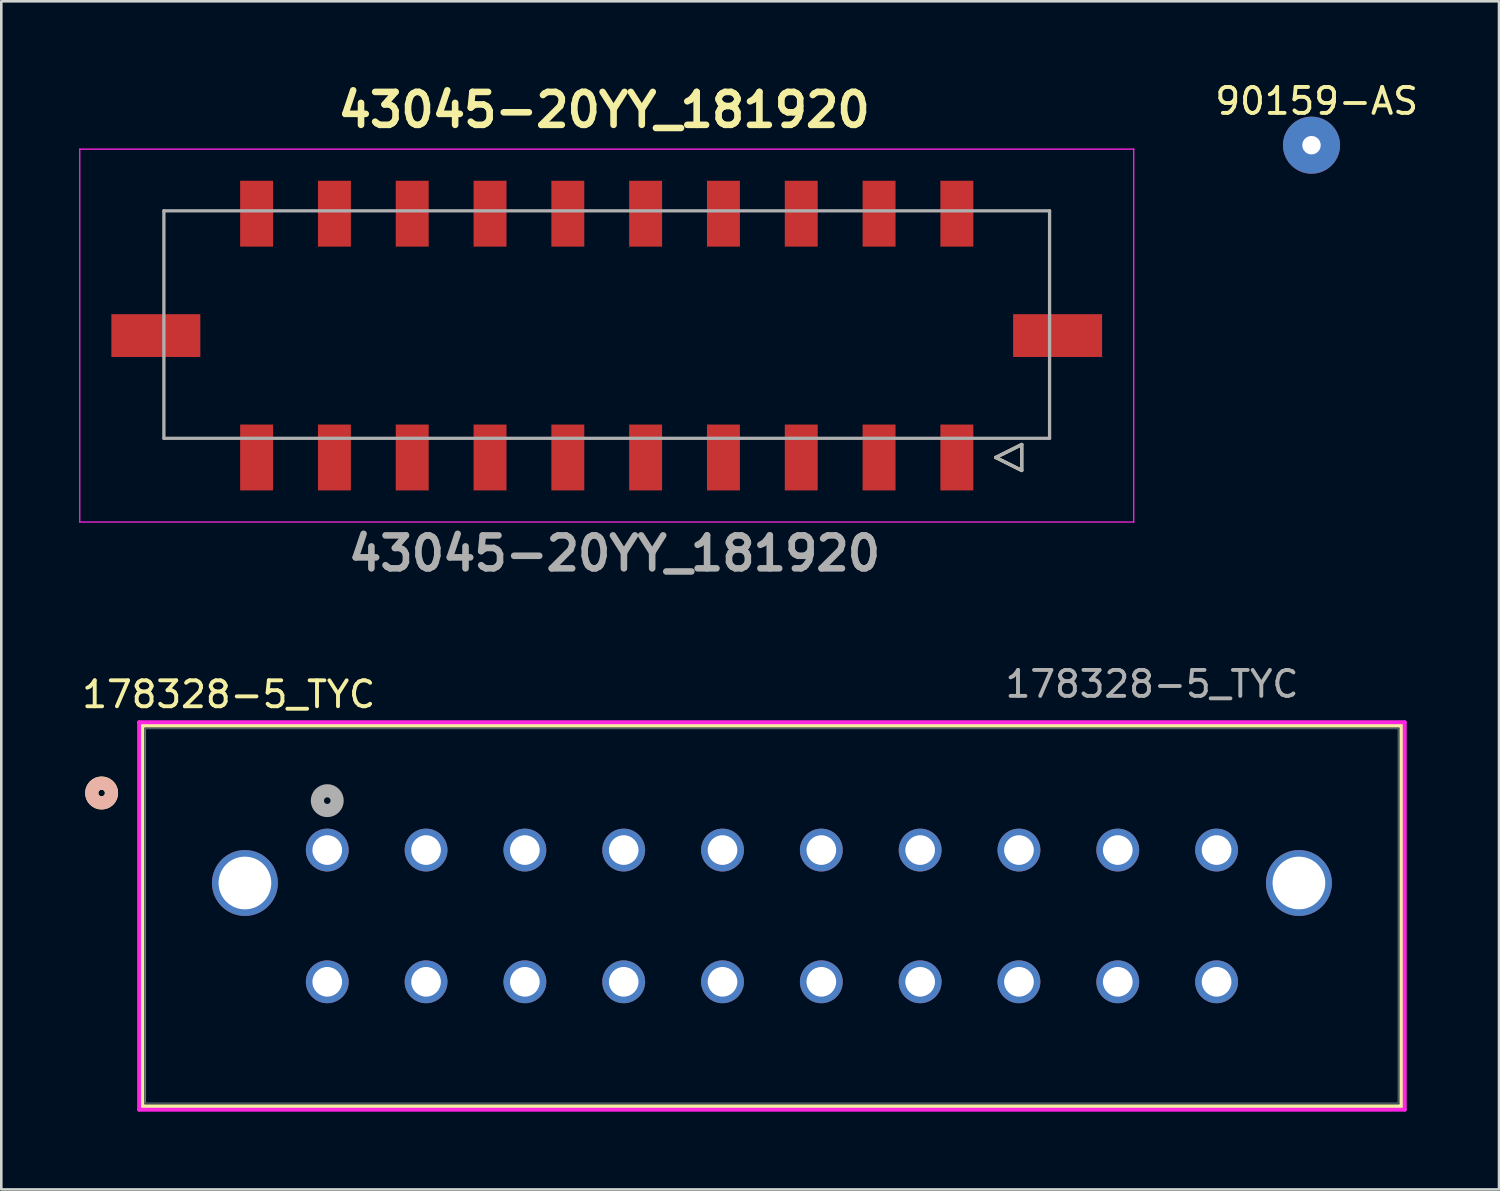
<source format=kicad_pcb>
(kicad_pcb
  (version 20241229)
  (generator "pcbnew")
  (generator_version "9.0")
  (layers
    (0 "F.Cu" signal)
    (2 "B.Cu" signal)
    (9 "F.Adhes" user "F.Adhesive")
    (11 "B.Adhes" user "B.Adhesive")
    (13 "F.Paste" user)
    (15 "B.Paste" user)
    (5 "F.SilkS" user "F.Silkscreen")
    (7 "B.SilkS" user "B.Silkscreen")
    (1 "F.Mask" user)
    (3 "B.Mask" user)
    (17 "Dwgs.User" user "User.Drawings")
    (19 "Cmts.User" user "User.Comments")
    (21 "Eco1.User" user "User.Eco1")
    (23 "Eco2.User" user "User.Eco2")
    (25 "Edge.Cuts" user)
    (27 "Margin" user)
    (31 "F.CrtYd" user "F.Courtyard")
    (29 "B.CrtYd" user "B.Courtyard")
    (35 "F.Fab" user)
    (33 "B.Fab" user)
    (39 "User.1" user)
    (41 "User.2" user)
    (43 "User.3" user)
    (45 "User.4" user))
  (footprint "43045-20YY_181920"
    (layer "F.Cu")
    (at 20.344 9.889)
    (property "Reference" "43045-20YY_181920" (at -0.1 -8.7 0) (layer "F.SilkS") (effects (font (size 1.27 1.27) (thickness 0.254))))
    (attr smd)
    (fp_line (start 15 4.7) (end 16 4.2) (stroke (width 0.127) (type solid)) (layer "F.SilkS"))
    (fp_line (start 16 4.2) (end 16 5.2) (stroke (width 0.127) (type solid)) (layer "F.SilkS"))
    (fp_line (start 16 5.2) (end 15 4.7) (stroke (width 0.127) (type solid)) (layer "F.SilkS"))
    (fp_line (start -20.319 -7.189) (end 20.319 -7.189) (stroke (width 0.05) (type solid)) (layer "F.CrtYd"))
    (fp_line (start -20.319 7.189) (end -20.319 -7.189) (stroke (width 0.05) (type solid)) (layer "F.CrtYd"))
    (fp_line (start 20.319 -7.189) (end 20.319 7.189) (stroke (width 0.05) (type solid)) (layer "F.CrtYd"))
    (fp_line (start 20.319 7.189) (end -20.319 7.189) (stroke (width 0.05) (type solid)) (layer "F.CrtYd"))
    (fp_line (start -17.075 -4.81) (end 17.075 -4.81) (stroke (width 0.127) (type solid)) (layer "F.Fab"))
    (fp_line (start -17.075 3.96) (end -17.075 -4.81) (stroke (width 0.127) (type solid)) (layer "F.Fab"))
    (fp_line (start 15 4.7) (end 16 4.2) (stroke (width 0.127) (type solid)) (layer "F.Fab"))
    (fp_line (start 16 4.2) (end 16 5.2) (stroke (width 0.127) (type solid)) (layer "F.Fab"))
    (fp_line (start 16 5.2) (end 15 4.7) (stroke (width 0.127) (type solid)) (layer "F.Fab"))
    (fp_line (start 17.075 -4.81) (end 17.075 3.96) (stroke (width 0.127) (type solid)) (layer "F.Fab"))
    (fp_line (start 17.075 3.96) (end -17.075 3.96) (stroke (width 0.127) (type solid)) (layer "F.Fab"))
    (fp_text user "${REFERENCE}" (at 0.3 8.4 0) (layer "F.Fab") (effects (font (size 1.27 1.27) (thickness 0.254))))
    (pad "1" smd rect (at 13.5 4.7) (size 1.27 2.54) (layers "F.Cu" "F.Mask" "F.Paste"))
    (pad "2" smd rect (at 10.5 4.7) (size 1.27 2.54) (layers "F.Cu" "F.Mask" "F.Paste"))
    (pad "3" smd rect (at 7.5 4.7) (size 1.27 2.54) (layers "F.Cu" "F.Mask" "F.Paste"))
    (pad "4" smd rect (at 4.5 4.7) (size 1.27 2.54) (layers "F.Cu" "F.Mask" "F.Paste"))
    (pad "5" smd rect (at 1.5 4.7) (size 1.27 2.54) (layers "F.Cu" "F.Mask" "F.Paste"))
    (pad "6" smd rect (at -1.5 4.7) (size 1.27 2.54) (layers "F.Cu" "F.Mask" "F.Paste"))
    (pad "7" smd rect (at -4.5 4.7) (size 1.27 2.54) (layers "F.Cu" "F.Mask" "F.Paste"))
    (pad "8" smd rect (at -7.5 4.7) (size 1.27 2.54) (layers "F.Cu" "F.Mask" "F.Paste"))
    (pad "9" smd rect (at -10.5 4.7) (size 1.27 2.54) (layers "F.Cu" "F.Mask" "F.Paste"))
    (pad "10" smd rect (at -13.5 4.7) (size 1.27 2.54) (layers "F.Cu" "F.Mask" "F.Paste"))
    (pad "11" smd rect (at 13.5 -4.7) (size 1.27 2.54) (layers "F.Cu" "F.Mask" "F.Paste"))
    (pad "12" smd rect (at 10.5 -4.7) (size 1.27 2.54) (layers "F.Cu" "F.Mask" "F.Paste"))
    (pad "13" smd rect (at 7.5 -4.7) (size 1.27 2.54) (layers "F.Cu" "F.Mask" "F.Paste"))
    (pad "14" smd rect (at 4.5 -4.7) (size 1.27 2.54) (layers "F.Cu" "F.Mask" "F.Paste"))
    (pad "15" smd rect (at 1.5 -4.7) (size 1.27 2.54) (layers "F.Cu" "F.Mask" "F.Paste"))
    (pad "16" smd rect (at -1.5 -4.7) (size 1.27 2.54) (layers "F.Cu" "F.Mask" "F.Paste"))
    (pad "17" smd rect (at -4.5 -4.7) (size 1.27 2.54) (layers "F.Cu" "F.Mask" "F.Paste"))
    (pad "18" smd rect (at -7.5 -4.7) (size 1.27 2.54) (layers "F.Cu" "F.Mask" "F.Paste"))
    (pad "19" smd rect (at -10.5 -4.7) (size 1.27 2.54) (layers "F.Cu" "F.Mask" "F.Paste"))
    (pad "20" smd rect (at -13.5 -4.7) (size 1.27 2.54) (layers "F.Cu" "F.Mask" "F.Paste"))
    (pad "21" smd rect (at 17.385 0 90) (size 1.65 3.43) (layers "F.Cu" "F.Mask" "F.Paste"))
    (pad "22" smd rect (at -17.385 0 90) (size 1.65 3.43) (layers "F.Cu" "F.Mask" "F.Paste")))
  (footprint "178328-5_TYC"
    (layer "F.Cu")
    (at 9.568 29.726)
    (property "Reference" "178328-5_TYC" (at -3.8 -6 0) (unlocked yes) (layer "F.SilkS") (effects (font (size 1 1) (thickness 0.15))))
    (attr through_hole)
    (fp_line (start -7.127 -4.801) (end -7.127 9.883) (stroke (width 0.152) (type solid)) (layer "F.SilkS"))
    (fp_line (start -7.127 9.883) (end 41.417 9.883) (stroke (width 0.152) (type solid)) (layer "F.SilkS"))
    (fp_line (start 41.417 -4.801) (end -7.127 -4.801) (stroke (width 0.152) (type solid)) (layer "F.SilkS"))
    (fp_line (start 41.417 9.883) (end 41.417 -4.801) (stroke (width 0.152) (type solid)) (layer "F.SilkS"))
    (fp_circle (center -8.7 -2.2) (end -8.319 -2.2) (stroke (width 0.508) (type solid)) (fill no) (layer "F.SilkS"))
    (fp_circle (center -8.7 -2.2) (end -8.319 -2.2) (stroke (width 0.508) (type solid)) (fill no) (layer "B.SilkS"))
    (fp_line (start -7.254 -4.928) (end -7.254 10.01) (stroke (width 0.152) (type solid)) (layer "F.CrtYd"))
    (fp_line (start -7.254 10.01) (end 41.544 10.01) (stroke (width 0.152) (type solid)) (layer "F.CrtYd"))
    (fp_line (start 41.544 -4.928) (end -7.254 -4.928) (stroke (width 0.152) (type solid)) (layer "F.CrtYd"))
    (fp_line (start 41.544 10.01) (end 41.544 -4.928) (stroke (width 0.152) (type solid)) (layer "F.CrtYd"))
    (fp_line (start -7 -4.674) (end -7 9.756) (stroke (width 0.025) (type solid)) (layer "F.Fab"))
    (fp_line (start -7 9.756) (end 41.29 9.756) (stroke (width 0.025) (type solid)) (layer "F.Fab"))
    (fp_line (start 41.29 -4.674) (end -7 -4.674) (stroke (width 0.025) (type solid)) (layer "F.Fab"))
    (fp_line (start 41.29 9.756) (end 41.29 -4.674) (stroke (width 0.025) (type solid)) (layer "F.Fab"))
    (fp_circle (center 0 -1.905) (end 0.381 -1.905) (stroke (width 0.508) (type solid)) (fill no) (layer "F.Fab"))
    (fp_text user "${REFERENCE}" (at 31.8 -6.4 0) (unlocked yes) (layer "F.Fab") (effects (font (size 1 1) (thickness 0.15))))
    (pad "1" thru_hole circle (at 0 0) (size 1.651 1.651) (drill 1.143) (layers "*.Cu" "*.Mask"))
    (pad "2" thru_hole circle (at 3.81 0) (size 1.651 1.651) (drill 1.143) (layers "*.Cu" "*.Mask"))
    (pad "3" thru_hole circle (at 7.62 0) (size 1.651 1.651) (drill 1.143) (layers "*.Cu" "*.Mask"))
    (pad "4" thru_hole circle (at 11.43 0) (size 1.651 1.651) (drill 1.143) (layers "*.Cu" "*.Mask"))
    (pad "5" thru_hole circle (at 15.24 0) (size 1.651 1.651) (drill 1.143) (layers "*.Cu" "*.Mask"))
    (pad "6" thru_hole circle (at 19.05 0) (size 1.651 1.651) (drill 1.143) (layers "*.Cu" "*.Mask"))
    (pad "7" thru_hole circle (at 22.86 0) (size 1.651 1.651) (drill 1.143) (layers "*.Cu" "*.Mask"))
    (pad "8" thru_hole circle (at 26.67 0) (size 1.651 1.651) (drill 1.143) (layers "*.Cu" "*.Mask"))
    (pad "9" thru_hole circle (at 30.48 0) (size 1.651 1.651) (drill 1.143) (layers "*.Cu" "*.Mask"))
    (pad "10" thru_hole circle (at 34.29 0) (size 1.651 1.651) (drill 1.143) (layers "*.Cu" "*.Mask"))
    (pad "11" thru_hole circle (at 34.29 5.08) (size 1.651 1.651) (drill 1.143) (layers "*.Cu" "*.Mask"))
    (pad "12" thru_hole circle (at 30.48 5.08) (size 1.651 1.651) (drill 1.143) (layers "*.Cu" "*.Mask"))
    (pad "13" thru_hole circle (at 26.67 5.08) (size 1.651 1.651) (drill 1.143) (layers "*.Cu" "*.Mask"))
    (pad "14" thru_hole circle (at 22.86 5.08) (size 1.651 1.651) (drill 1.143) (layers "*.Cu" "*.Mask"))
    (pad "15" thru_hole circle (at 19.05 5.08) (size 1.651 1.651) (drill 1.143) (layers "*.Cu" "*.Mask"))
    (pad "16" thru_hole circle (at 15.24 5.08) (size 1.651 1.651) (drill 1.143) (layers "*.Cu" "*.Mask"))
    (pad "17" thru_hole circle (at 11.43 5.08) (size 1.651 1.651) (drill 1.143) (layers "*.Cu" "*.Mask"))
    (pad "18" thru_hole circle (at 7.62 5.08) (size 1.651 1.651) (drill 1.143) (layers "*.Cu" "*.Mask"))
    (pad "19" thru_hole circle (at 3.81 5.08) (size 1.651 1.651) (drill 1.143) (layers "*.Cu" "*.Mask"))
    (pad "20" thru_hole circle (at 0 5.08) (size 1.651 1.651) (drill 1.143) (layers "*.Cu" "*.Mask"))
    (pad "21" thru_hole circle (at -3.175 1.27) (size 2.54 2.54) (drill 2.032) (layers "*.Cu" "*.Mask"))
    (pad "22" thru_hole circle (at 37.465 1.27) (size 2.54 2.54) (drill 2.032) (layers "*.Cu" "*.Mask")))
  (footprint "90159-AS"
    (layer "F.Cu")
    (at 47.518 2.548)
    (property "Reference" "90159-AS" (at 0.2 -1.7 0) (unlocked yes) (layer "F.SilkS") (effects (font (size 1 1) (thickness 0.15))))
    (attr through_hole)
    (pad "1" thru_hole circle (at 0 0) (size 2.2 2.2) (drill 0.71) (layers "*.Cu" "*.Mask")))
  (gr_rect
    (start -3 -3)
    (end 54.748 42.812)
    (stroke (width 0.1) (type default))
    (fill no)
    (layer "Edge.Cuts")))
</source>
